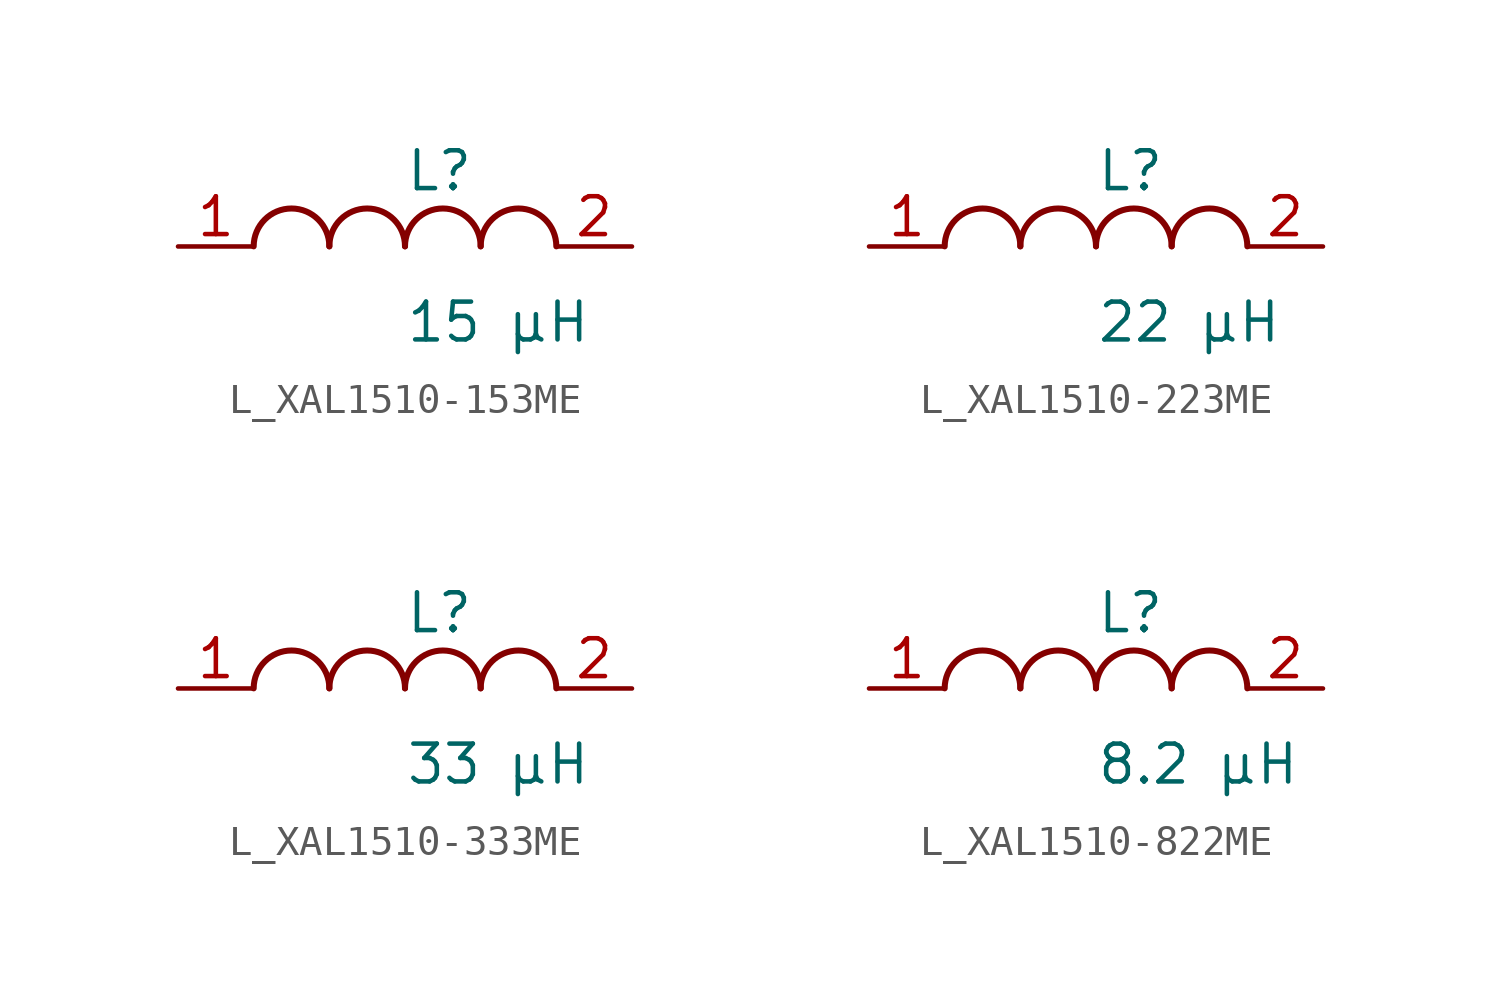
<source format=kicad_sym>
(kicad_symbol_lib
  (version 20231120)
  (generator kicad_symbol_editor)
  (generator_version 8.0)
  (symbol "L_XAL1510-153ME"
    (pin_names
      (offset 0.254))
    (property "Value" "15 µH"
      (at 0 -2.54 0)
      (effects (font (size 1.27 1.27)) (justify left)))
    (property "Reference" "L"
      (at 0 2.54 0)
      (effects (font (size 1.27 1.27)) (justify left)))
    (symbol "L_XAL1510-153ME_1_1"
      (arc (start -2.54 0.0056) (mid -3.81 1.27) (end -5.08 0.0056) (stroke (width 0.2032) (type default)) (fill (type none)))
      (arc (start 0 0.0056) (mid -1.27 1.27) (end -2.54 0.0056) (stroke (width 0.2032) (type default)) (fill (type none)))
      (arc (start 2.54 0.0056) (mid 1.27 1.27) (end 0 0.0056) (stroke (width 0.2032) (type default)) (fill (type none)))
      (arc (start 5.08 0.0056) (mid 3.81 1.27) (end 2.54 0.0056) (stroke (width 0.2032) (type default)) (fill (type none)))
      (pin unspecified line (at -7.62 0 0) (length 2.54) (name "" (effects (font (size 1.27 1.27)))) (number "1" (effects (font (size 1.27 1.27)))))
      (pin unspecified line (at 7.62 0 180) (length 2.54) (name "" (effects (font (size 1.27 1.27)))) (number "2" (effects (font (size 1.27 1.27)))))))
  (symbol "L_XAL1510-223ME"
    (pin_names
      (offset 0.254))
    (property "Value" "22 µH"
      (at 0 -2.54 0)
      (effects (font (size 1.27 1.27)) (justify left)))
    (property "Reference" "L"
      (at 0 2.54 0)
      (effects (font (size 1.27 1.27)) (justify left)))
    (symbol "L_XAL1510-223ME_1_1"
      (arc (start -2.54 0.0056) (mid -3.81 1.27) (end -5.08 0.0056) (stroke (width 0.2032) (type default)) (fill (type none)))
      (arc (start 0 0.0056) (mid -1.27 1.27) (end -2.54 0.0056) (stroke (width 0.2032) (type default)) (fill (type none)))
      (arc (start 2.54 0.0056) (mid 1.27 1.27) (end 0 0.0056) (stroke (width 0.2032) (type default)) (fill (type none)))
      (arc (start 5.08 0.0056) (mid 3.81 1.27) (end 2.54 0.0056) (stroke (width 0.2032) (type default)) (fill (type none)))
      (pin unspecified line (at -7.62 0 0) (length 2.54) (name "" (effects (font (size 1.27 1.27)))) (number "1" (effects (font (size 1.27 1.27)))))
      (pin unspecified line (at 7.62 0 180) (length 2.54) (name "" (effects (font (size 1.27 1.27)))) (number "2" (effects (font (size 1.27 1.27)))))))
  (symbol "L_XAL1510-333ME"
    (pin_names
      (offset 0.254))
    (property "Value" "33 µH"
      (at 0 -2.54 0)
      (effects (font (size 1.27 1.27)) (justify left)))
    (property "Reference" "L"
      (at 0 2.54 0)
      (effects (font (size 1.27 1.27)) (justify left)))
    (symbol "L_XAL1510-333ME_1_1"
      (arc (start -2.54 0.0056) (mid -3.81 1.27) (end -5.08 0.0056) (stroke (width 0.2032) (type default)) (fill (type none)))
      (arc (start 0 0.0056) (mid -1.27 1.27) (end -2.54 0.0056) (stroke (width 0.2032) (type default)) (fill (type none)))
      (arc (start 2.54 0.0056) (mid 1.27 1.27) (end 0 0.0056) (stroke (width 0.2032) (type default)) (fill (type none)))
      (arc (start 5.08 0.0056) (mid 3.81 1.27) (end 2.54 0.0056) (stroke (width 0.2032) (type default)) (fill (type none)))
      (pin unspecified line (at -7.62 0 0) (length 2.54) (name "" (effects (font (size 1.27 1.27)))) (number "1" (effects (font (size 1.27 1.27)))))
      (pin unspecified line (at 7.62 0 180) (length 2.54) (name "" (effects (font (size 1.27 1.27)))) (number "2" (effects (font (size 1.27 1.27)))))))
  (symbol "L_XAL1510-822ME"
    (pin_names
      (offset 0.254))
    (property "Value" "8.2 µH"
      (at 0 -2.54 0)
      (effects (font (size 1.27 1.27)) (justify left)))
    (property "Reference" "L"
      (at 0 2.54 0)
      (effects (font (size 1.27 1.27)) (justify left)))
    (symbol "L_XAL1510-822ME_1_1"
      (arc (start -2.54 0.0056) (mid -3.81 1.27) (end -5.08 0.0056) (stroke (width 0.2032) (type default)) (fill (type none)))
      (arc (start 0 0.0056) (mid -1.27 1.27) (end -2.54 0.0056) (stroke (width 0.2032) (type default)) (fill (type none)))
      (arc (start 2.54 0.0056) (mid 1.27 1.27) (end 0 0.0056) (stroke (width 0.2032) (type default)) (fill (type none)))
      (arc (start 5.08 0.0056) (mid 3.81 1.27) (end 2.54 0.0056) (stroke (width 0.2032) (type default)) (fill (type none)))
      (pin unspecified line (at -7.62 0 0) (length 2.54) (name "" (effects (font (size 1.27 1.27)))) (number "1" (effects (font (size 1.27 1.27)))))
      (pin unspecified line (at 7.62 0 180) (length 2.54) (name "" (effects (font (size 1.27 1.27)))) (number "2" (effects (font (size 1.27 1.27))))))))
</source>
